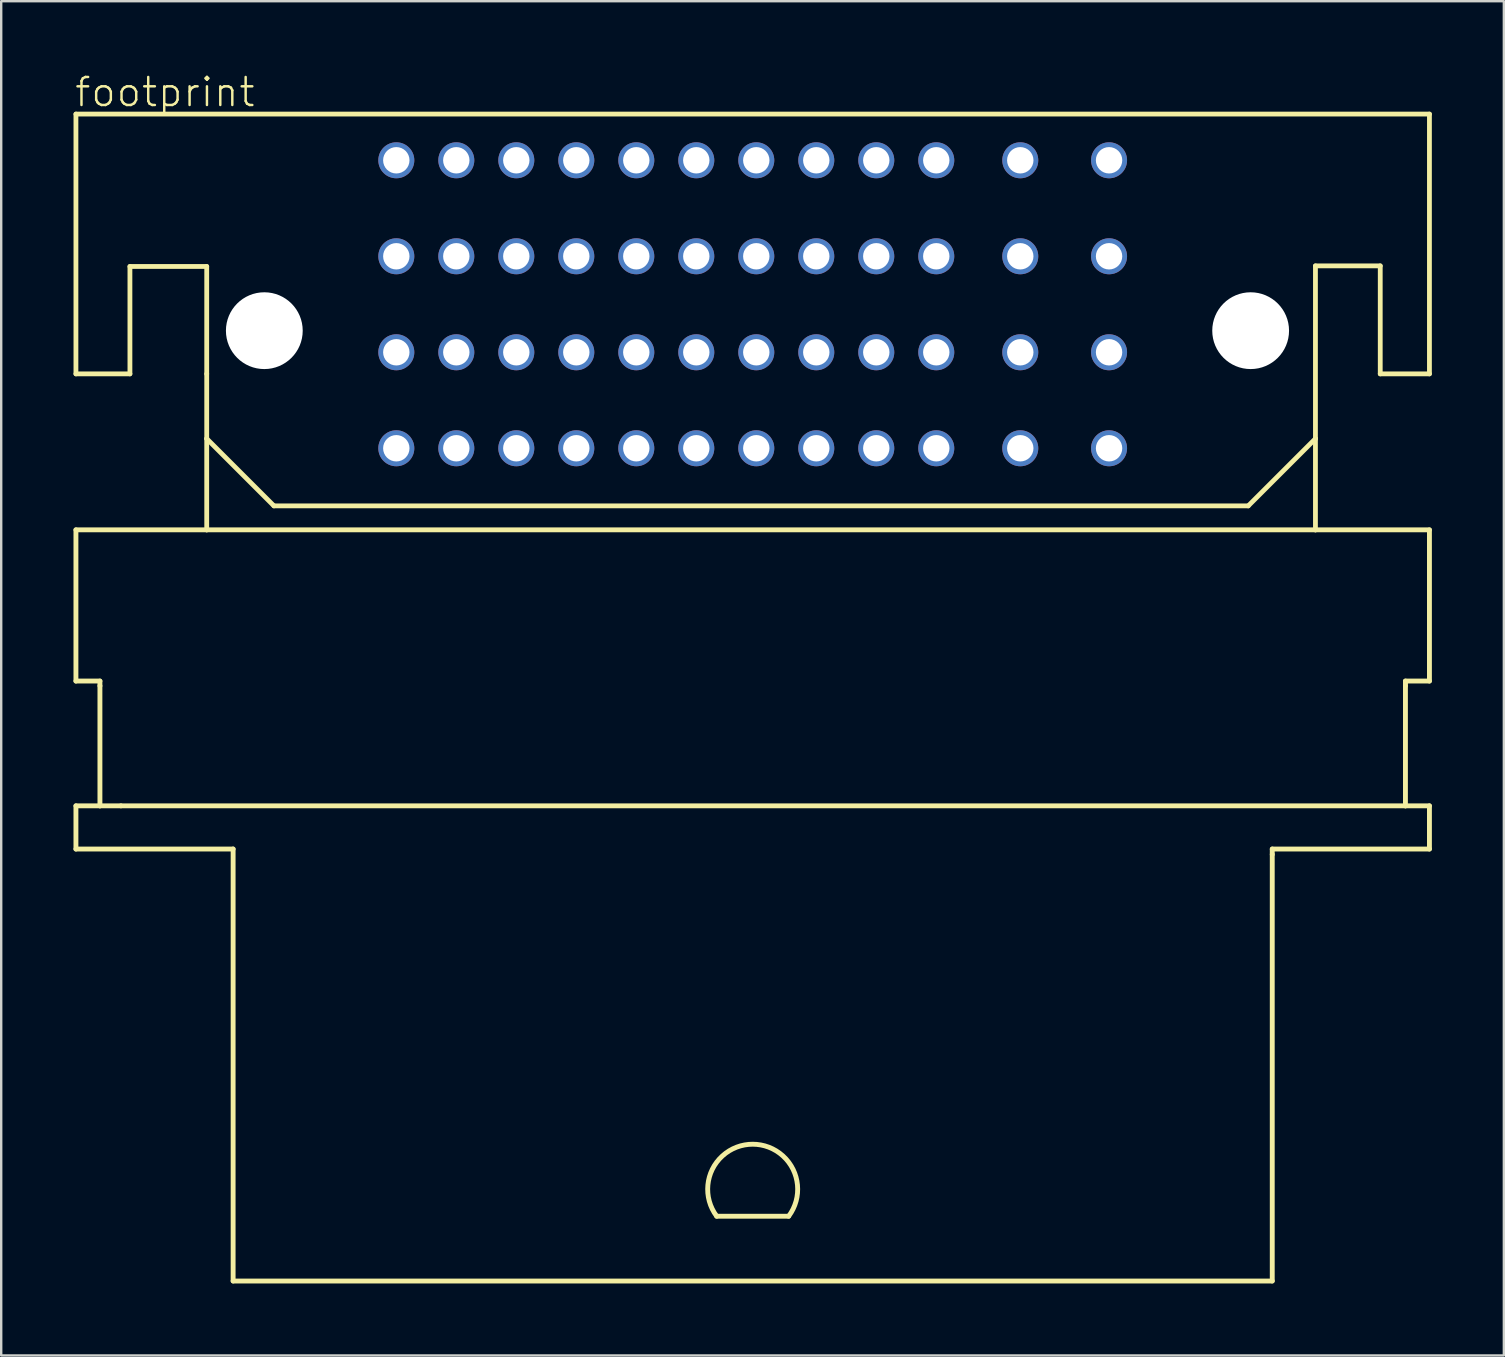
<source format=kicad_pcb>
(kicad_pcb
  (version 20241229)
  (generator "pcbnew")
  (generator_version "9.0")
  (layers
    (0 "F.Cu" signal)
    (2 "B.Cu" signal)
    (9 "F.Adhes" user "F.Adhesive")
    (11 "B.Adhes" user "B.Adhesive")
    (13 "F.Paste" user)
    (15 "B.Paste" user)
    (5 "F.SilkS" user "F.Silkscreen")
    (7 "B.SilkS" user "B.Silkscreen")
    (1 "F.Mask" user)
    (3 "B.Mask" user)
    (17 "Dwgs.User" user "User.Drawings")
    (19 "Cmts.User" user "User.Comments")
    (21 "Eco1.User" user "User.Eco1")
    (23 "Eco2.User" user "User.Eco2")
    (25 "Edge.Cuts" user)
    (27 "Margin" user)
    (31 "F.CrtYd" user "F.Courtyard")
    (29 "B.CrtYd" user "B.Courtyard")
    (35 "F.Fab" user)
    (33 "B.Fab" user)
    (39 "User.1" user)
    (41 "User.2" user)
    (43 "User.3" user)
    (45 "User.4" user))
  (footprint "footprint"
    (layer "F.Cu")
    (at 28.314 15.629)
    (property "Reference" "footprint" (at -28.314 -14.156 0) (layer "F.SilkS") (effects (font (size 1.168 1.168) (thickness 0.102)) (justify left bottom)))
    (fp_line (start -28.2 -13.925) (end -28.2 -3.1) (stroke (width 0.2) (type solid)) (layer "F.SilkS"))
    (fp_line (start -28.2 -3.1) (end -25.95 -3.1) (stroke (width 0.2) (type solid)) (layer "F.SilkS"))
    (fp_line (start -28.2 3.4) (end -28.2 9.7) (stroke (width 0.203) (type solid)) (layer "F.SilkS"))
    (fp_line (start -28.2 9.7) (end -27.2 9.7) (stroke (width 0.203) (type solid)) (layer "F.SilkS"))
    (fp_line (start -28.2 14.9) (end -27.2 14.9) (stroke (width 0.203) (type solid)) (layer "F.SilkS"))
    (fp_line (start -28.2 16.7) (end -28.2 14.9) (stroke (width 0.203) (type solid)) (layer "F.SilkS"))
    (fp_line (start -28.2 16.7) (end -21.65 16.7) (stroke (width 0.203) (type solid)) (layer "F.SilkS"))
    (fp_line (start -27.2 9.7) (end -27.2 9.9) (stroke (width 0.203) (type solid)) (layer "F.SilkS"))
    (fp_line (start -27.2 14.9) (end -27.2 9.9) (stroke (width 0.203) (type solid)) (layer "F.SilkS"))
    (fp_line (start -27.2 14.9) (end -26.325 14.9) (stroke (width 0.203) (type solid)) (layer "F.SilkS"))
    (fp_line (start -26.325 14.9) (end 27.2 14.9) (stroke (width 0.203) (type solid)) (layer "F.SilkS"))
    (fp_line (start -25.95 -7.575) (end -22.75 -7.575) (stroke (width 0.2) (type solid)) (layer "F.SilkS"))
    (fp_line (start -25.95 -3.1) (end -25.95 -7.575) (stroke (width 0.2) (type solid)) (layer "F.SilkS"))
    (fp_line (start -22.75 -7.575) (end -22.75 -3.1) (stroke (width 0.2) (type solid)) (layer "F.SilkS"))
    (fp_line (start -22.75 -3.1) (end -22.75 -0.4) (stroke (width 0.2) (type solid)) (layer "F.SilkS"))
    (fp_line (start -22.75 -0.4) (end -22.75 3.4) (stroke (width 0.2) (type solid)) (layer "F.SilkS"))
    (fp_line (start -22.75 -0.4) (end -19.95 2.4) (stroke (width 0.2) (type solid)) (layer "F.SilkS"))
    (fp_line (start -22.75 3.4) (end -28.2 3.4) (stroke (width 0.203) (type solid)) (layer "F.SilkS"))
    (fp_line (start -21.65 16.7) (end -21.65 34.7) (stroke (width 0.203) (type solid)) (layer "F.SilkS"))
    (fp_line (start -21.65 34.7) (end 21.65 34.7) (stroke (width 0.203) (type solid)) (layer "F.SilkS"))
    (fp_line (start -1.5 32) (end 1.5 32) (stroke (width 0.203) (type solid)) (layer "F.SilkS"))
    (fp_line (start 20.65 2.4) (end -19.95 2.4) (stroke (width 0.2) (type solid)) (layer "F.SilkS"))
    (fp_line (start 20.65 2.4) (end 23.45 -0.4) (stroke (width 0.2) (type solid)) (layer "F.SilkS"))
    (fp_line (start 21.65 16.7) (end 28.2 16.7) (stroke (width 0.203) (type solid)) (layer "F.SilkS"))
    (fp_line (start 21.65 16.925) (end 21.65 16.7) (stroke (width 0.203) (type solid)) (layer "F.SilkS"))
    (fp_line (start 21.65 34.7) (end 21.65 16.925) (stroke (width 0.203) (type solid)) (layer "F.SilkS"))
    (fp_line (start 23.45 -7.6) (end 26.15 -7.6) (stroke (width 0.2) (type solid)) (layer "F.SilkS"))
    (fp_line (start 23.45 -0.4) (end 23.45 -7.6) (stroke (width 0.2) (type solid)) (layer "F.SilkS"))
    (fp_line (start 23.45 3.4) (end -22.75 3.4) (stroke (width 0.203) (type solid)) (layer "F.SilkS"))
    (fp_line (start 23.45 3.4) (end 23.45 -0.4) (stroke (width 0.2) (type solid)) (layer "F.SilkS"))
    (fp_line (start 26.15 -7.6) (end 26.15 -3.1) (stroke (width 0.2) (type solid)) (layer "F.SilkS"))
    (fp_line (start 26.15 -3.1) (end 28.2 -3.1) (stroke (width 0.2) (type solid)) (layer "F.SilkS"))
    (fp_line (start 27.2 9.7) (end 28.2 9.7) (stroke (width 0.203) (type solid)) (layer "F.SilkS"))
    (fp_line (start 27.2 9.725) (end 27.2 9.7) (stroke (width 0.203) (type solid)) (layer "F.SilkS"))
    (fp_line (start 27.2 9.75) (end 27.2 9.725) (stroke (width 0.203) (type solid)) (layer "F.SilkS"))
    (fp_line (start 27.2 9.9) (end 27.2 9.75) (stroke (width 0.203) (type solid)) (layer "F.SilkS"))
    (fp_line (start 27.2 14.9) (end 27.2 9.9) (stroke (width 0.203) (type solid)) (layer "F.SilkS"))
    (fp_line (start 27.2 14.9) (end 28.2 14.9) (stroke (width 0.203) (type solid)) (layer "F.SilkS"))
    (fp_line (start 28.2 -13.925) (end -28.2 -13.925) (stroke (width 0.2) (type solid)) (layer "F.SilkS"))
    (fp_line (start 28.2 -3.1) (end 28.2 -13.925) (stroke (width 0.2) (type solid)) (layer "F.SilkS"))
    (fp_line (start 28.2 3.4) (end 23.45 3.4) (stroke (width 0.203) (type solid)) (layer "F.SilkS"))
    (fp_line (start 28.2 9.7) (end 28.2 3.4) (stroke (width 0.203) (type solid)) (layer "F.SilkS"))
    (fp_line (start 28.2 16.7) (end 28.2 14.9) (stroke (width 0.203) (type solid)) (layer "F.SilkS"))
    (fp_arc (start -1.5 32) (mid 0 29) (end 1.5 32) (stroke (width 0.2032) (type solid)) (layer "F.SilkS"))
    (fp_line (start 19.95 -3.3) (end 20.75 -3.3) (stroke (width 0.001) (type solid)) (layer "Edge.Cuts"))
    (fp_line (start 20.75 -6.5) (end 19.925 -6.5) (stroke (width 0.001) (type solid)) (layer "Edge.Cuts"))
    (fp_arc (start 19.949998 -3.299999) (mid 18.34995 -4.887598) (end 19.925 -6.5) (stroke (width 0.001) (type solid)) (layer "Edge.Cuts"))
    (pad "" np_thru_hole circle (at -20.35 -4.9) (size 3.2 3.2) (drill 3.2) (layers "*.Cu" "*.Mask"))
    (pad "" np_thru_hole circle (at 20.75 -4.9) (size 3.2 3.2) (drill 3.2) (layers "*.Cu" "*.Mask"))
    (pad "A1" thru_hole circle (at -14.85 -12) (size 1.5 1.5) (drill 1.1) (layers "*.Cu" "*.Mask"))
    (pad "A2" thru_hole circle (at -14.85 -8) (size 1.5 1.5) (drill 1.1) (layers "*.Cu" "*.Mask"))
    (pad "A3" thru_hole circle (at -14.85 -4) (size 1.5 1.5) (drill 1.1) (layers "*.Cu" "*.Mask"))
    (pad "A4" thru_hole circle (at -14.85 0) (size 1.5 1.5) (drill 1.1) (layers "*.Cu" "*.Mask"))
    (pad "B1" thru_hole circle (at -12.35 -12) (size 1.5 1.5) (drill 1.1) (layers "*.Cu" "*.Mask"))
    (pad "B2" thru_hole circle (at -12.35 -8) (size 1.5 1.5) (drill 1.1) (layers "*.Cu" "*.Mask"))
    (pad "B3" thru_hole circle (at -12.35 -4) (size 1.5 1.5) (drill 1.1) (layers "*.Cu" "*.Mask"))
    (pad "B4" thru_hole circle (at -12.35 0) (size 1.5 1.5) (drill 1.1) (layers "*.Cu" "*.Mask"))
    (pad "C1" thru_hole circle (at -9.85 -12) (size 1.5 1.5) (drill 1.1) (layers "*.Cu" "*.Mask"))
    (pad "C2" thru_hole circle (at -9.85 -8) (size 1.5 1.5) (drill 1.1) (layers "*.Cu" "*.Mask"))
    (pad "C3" thru_hole circle (at -9.85 -4) (size 1.5 1.5) (drill 1.1) (layers "*.Cu" "*.Mask"))
    (pad "C4" thru_hole circle (at -9.85 0) (size 1.5 1.5) (drill 1.1) (layers "*.Cu" "*.Mask"))
    (pad "C:\\GH\\oomlout_OOMP_V2\\oomlout_OOMP_eda_V2\\FOOTPRINT\\eagle\\eagle-default\\con-fci\\FSE310074\\image.png" thru_hole circle (at 0.15 0) (size 1.5 1.5) (drill 1.1) (layers "*.Cu" "*.Mask"))
    (pad "D1" thru_hole circle (at -7.35 -12) (size 1.5 1.5) (drill 1.1) (layers "*.Cu" "*.Mask"))
    (pad "D2" thru_hole circle (at -7.35 -8) (size 1.5 1.5) (drill 1.1) (layers "*.Cu" "*.Mask"))
    (pad "D3" thru_hole circle (at -7.35 -4) (size 1.5 1.5) (drill 1.1) (layers "*.Cu" "*.Mask"))
    (pad "D4" thru_hole circle (at -7.35 0) (size 1.5 1.5) (drill 1.1) (layers "*.Cu" "*.Mask"))
    (pad "E1" thru_hole circle (at -4.85 -12) (size 1.5 1.5) (drill 1.1) (layers "*.Cu" "*.Mask"))
    (pad "E2" thru_hole circle (at -4.85 -8) (size 1.5 1.5) (drill 1.1) (layers "*.Cu" "*.Mask"))
    (pad "E3" thru_hole circle (at -4.85 -4) (size 1.5 1.5) (drill 1.1) (layers "*.Cu" "*.Mask"))
    (pad "E4" thru_hole circle (at -4.85 0) (size 1.5 1.5) (drill 1.1) (layers "*.Cu" "*.Mask"))
    (pad "F1" thru_hole circle (at -2.35 -12) (size 1.5 1.5) (drill 1.1) (layers "*.Cu" "*.Mask"))
    (pad "F2" thru_hole circle (at -2.35 -8) (size 1.5 1.5) (drill 1.1) (layers "*.Cu" "*.Mask"))
    (pad "F3" thru_hole circle (at -2.35 -4) (size 1.5 1.5) (drill 1.1) (layers "*.Cu" "*.Mask"))
    (pad "F4" thru_hole circle (at -2.35 0) (size 1.5 1.5) (drill 1.1) (layers "*.Cu" "*.Mask"))
    (pad "G1" thru_hole circle (at 0.15 -12) (size 1.5 1.5) (drill 1.1) (layers "*.Cu" "*.Mask"))
    (pad "G2" thru_hole circle (at 0.15 -8) (size 1.5 1.5) (drill 1.1) (layers "*.Cu" "*.Mask"))
    (pad "G3" thru_hole circle (at 0.15 -4) (size 1.5 1.5) (drill 1.1) (layers "*.Cu" "*.Mask"))
    (pad "H1" thru_hole circle (at 2.65 -12) (size 1.5 1.5) (drill 1.1) (layers "*.Cu" "*.Mask"))
    (pad "H2" thru_hole circle (at 2.65 -8) (size 1.5 1.5) (drill 1.1) (layers "*.Cu" "*.Mask"))
    (pad "H3" thru_hole circle (at 2.65 -4) (size 1.5 1.5) (drill 1.1) (layers "*.Cu" "*.Mask"))
    (pad "H4" thru_hole circle (at 2.65 0) (size 1.5 1.5) (drill 1.1) (layers "*.Cu" "*.Mask"))
    (pad "J1" thru_hole circle (at 5.15 -12) (size 1.5 1.5) (drill 1.1) (layers "*.Cu" "*.Mask"))
    (pad "J2" thru_hole circle (at 5.15 -8) (size 1.5 1.5) (drill 1.1) (layers "*.Cu" "*.Mask"))
    (pad "J3" thru_hole circle (at 5.15 -4) (size 1.5 1.5) (drill 1.1) (layers "*.Cu" "*.Mask"))
    (pad "J4" thru_hole circle (at 5.15 0) (size 1.5 1.5) (drill 1.1) (layers "*.Cu" "*.Mask"))
    (pad "K1" thru_hole circle (at 7.65 -12) (size 1.5 1.5) (drill 1.1) (layers "*.Cu" "*.Mask"))
    (pad "K2" thru_hole circle (at 7.65 -8) (size 1.5 1.5) (drill 1.1) (layers "*.Cu" "*.Mask"))
    (pad "K3" thru_hole circle (at 7.65 -4) (size 1.5 1.5) (drill 1.1) (layers "*.Cu" "*.Mask"))
    (pad "K4" thru_hole circle (at 7.65 0) (size 1.5 1.5) (drill 1.1) (layers "*.Cu" "*.Mask"))
    (pad "L1" thru_hole circle (at 11.15 -12) (size 1.5 1.5) (drill 1.1) (layers "*.Cu" "*.Mask"))
    (pad "L2" thru_hole circle (at 11.15 -8) (size 1.5 1.5) (drill 1.1) (layers "*.Cu" "*.Mask"))
    (pad "L3" thru_hole circle (at 11.15 -4) (size 1.5 1.5) (drill 1.1) (layers "*.Cu" "*.Mask"))
    (pad "L4" thru_hole circle (at 11.15 0) (size 1.5 1.5) (drill 1.1) (layers "*.Cu" "*.Mask"))
    (pad "M1" thru_hole circle (at 14.85 -12) (size 1.5 1.5) (drill 1.1) (layers "*.Cu" "*.Mask"))
    (pad "M2" thru_hole circle (at 14.85 -8) (size 1.5 1.5) (drill 1.1) (layers "*.Cu" "*.Mask"))
    (pad "M3" thru_hole circle (at 14.85 -4) (size 1.5 1.5) (drill 1.1) (layers "*.Cu" "*.Mask"))
    (pad "M4" thru_hole circle (at 14.85 0) (size 1.5 1.5) (drill 1.1) (layers "*.Cu" "*.Mask")))
  (gr_rect
    (start -3 -3)
    (end 59.615 53.431)
    (stroke (width 0.1) (type default))
    (fill no)
    (layer "Edge.Cuts")))
</source>
